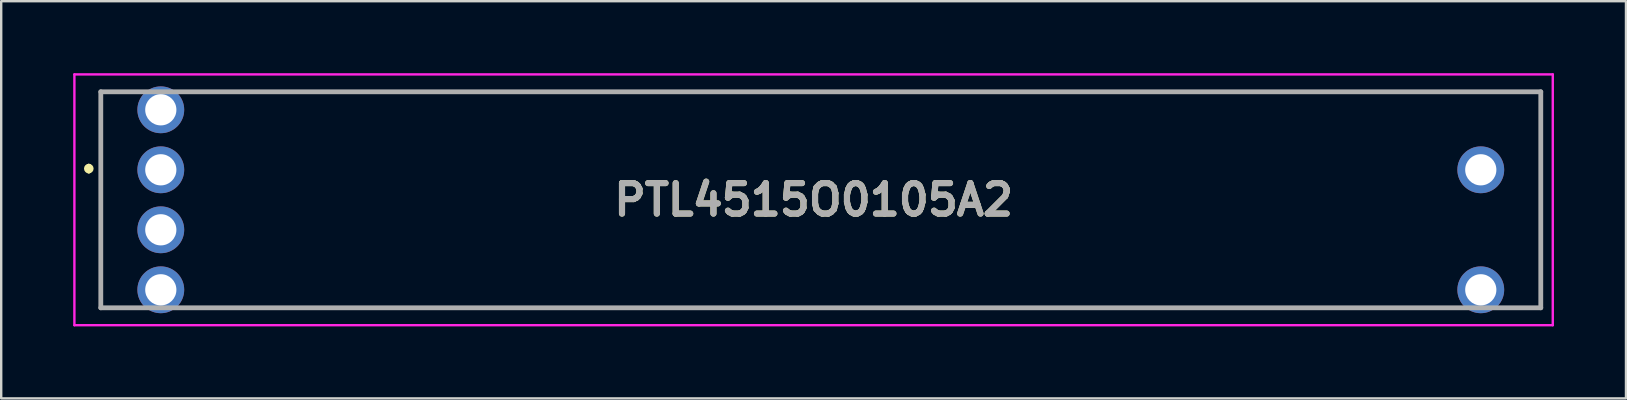
<source format=kicad_pcb>
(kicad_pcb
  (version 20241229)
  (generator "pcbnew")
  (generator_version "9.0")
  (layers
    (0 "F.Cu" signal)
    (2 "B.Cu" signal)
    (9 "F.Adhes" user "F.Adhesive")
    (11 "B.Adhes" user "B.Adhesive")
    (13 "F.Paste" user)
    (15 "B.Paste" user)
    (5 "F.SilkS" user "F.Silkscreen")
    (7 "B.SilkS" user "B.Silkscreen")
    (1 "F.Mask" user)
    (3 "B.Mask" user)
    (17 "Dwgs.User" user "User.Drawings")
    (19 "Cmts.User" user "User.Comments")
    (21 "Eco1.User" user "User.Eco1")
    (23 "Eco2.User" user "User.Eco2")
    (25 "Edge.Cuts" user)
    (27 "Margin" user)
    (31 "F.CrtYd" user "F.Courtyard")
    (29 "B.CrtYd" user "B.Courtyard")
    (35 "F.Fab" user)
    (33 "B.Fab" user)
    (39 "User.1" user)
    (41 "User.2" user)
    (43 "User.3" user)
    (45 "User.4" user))
  (footprint "PTL4515O0105A2"
    (layer "F.Cu")
    (at 3.65 4.025)
    (property "Reference" "PTL4515O0105A2" (at 27.2 1.25 0) (layer "F.SilkS") (effects (font (size 1.27 1.27) (thickness 0.254))))
    (attr through_hole)
    (fp_line (start -3 -0.15) (end -3 -0.15) (stroke (width 0.2) (type solid)) (layer "F.SilkS"))
    (fp_line (start -3 0.05) (end -3 0.05) (stroke (width 0.2) (type solid)) (layer "F.SilkS"))
    (fp_line (start -2.5 -3.25) (end -2.5 5.75) (stroke (width 0.1) (type solid)) (layer "F.SilkS"))
    (fp_line (start -2.5 5.75) (end -1.5 5.75) (stroke (width 0.1) (type solid)) (layer "F.SilkS"))
    (fp_line (start -1.5 -3.25) (end -2.5 -3.25) (stroke (width 0.1) (type solid)) (layer "F.SilkS"))
    (fp_line (start 1.5 5.75) (end 53.5 5.75) (stroke (width 0.1) (type solid)) (layer "F.SilkS"))
    (fp_line (start 56.5 5.75) (end 57.5 5.75) (stroke (width 0.1) (type solid)) (layer "F.SilkS"))
    (fp_line (start 57.5 -3.25) (end 2 -3.25) (stroke (width 0.1) (type solid)) (layer "F.SilkS"))
    (fp_line (start 57.5 5.75) (end 57.5 -3.25) (stroke (width 0.1) (type solid)) (layer "F.SilkS"))
    (fp_arc (start -3 -0.15) (mid -2.9 -0.05) (end -3 0.05) (stroke (width 0.2) (type solid)) (layer "F.SilkS"))
    (fp_arc (start -3 0.05) (mid -3.1 -0.05) (end -3 -0.15) (stroke (width 0.2) (type solid)) (layer "F.SilkS"))
    (fp_line (start -3.6 -3.975) (end 58 -3.975) (stroke (width 0.1) (type solid)) (layer "F.CrtYd"))
    (fp_line (start -3.6 6.475) (end -3.6 -3.975) (stroke (width 0.1) (type solid)) (layer "F.CrtYd"))
    (fp_line (start 58 -3.975) (end 58 6.475) (stroke (width 0.1) (type solid)) (layer "F.CrtYd"))
    (fp_line (start 58 6.475) (end -3.6 6.475) (stroke (width 0.1) (type solid)) (layer "F.CrtYd"))
    (fp_line (start -2.5 -3.25) (end 57.5 -3.25) (stroke (width 0.2) (type solid)) (layer "F.Fab"))
    (fp_line (start -2.5 5.75) (end -2.5 -3.25) (stroke (width 0.2) (type solid)) (layer "F.Fab"))
    (fp_line (start 57.5 -3.25) (end 57.5 5.75) (stroke (width 0.2) (type solid)) (layer "F.Fab"))
    (fp_line (start 57.5 5.75) (end -2.5 5.75) (stroke (width 0.2) (type solid)) (layer "F.Fab"))
    (fp_text user "${REFERENCE}" (at 27.2 1.25 0) (layer "F.Fab") (effects (font (size 1.27 1.27) (thickness 0.254))))
    (pad "1" thru_hole circle (at 0 0) (size 1.95 1.95) (drill 1.3) (layers "*.Cu" "*.Mask"))
    (pad "2" thru_hole circle (at 0 -2.5) (size 1.95 1.95) (drill 1.3) (layers "*.Cu" "*.Mask"))
    (pad "3" thru_hole circle (at 55 0) (size 1.95 1.95) (drill 1.3) (layers "*.Cu" "*.Mask"))
    (pad "B1" thru_hole circle (at 55 5) (size 1.95 1.95) (drill 1.3) (layers "*.Cu" "*.Mask"))
    (pad "E1" thru_hole circle (at 0 5) (size 1.95 1.95) (drill 1.3) (layers "*.Cu" "*.Mask"))
    (pad "L1" thru_hole circle (at 0 2.5) (size 1.95 1.95) (drill 1.3) (layers "*.Cu" "*.Mask")))
  (gr_rect
    (start -3 -3)
    (end 64.7 13.55)
    (stroke (width 0.1) (type default))
    (fill no)
    (layer "Edge.Cuts")))
</source>
